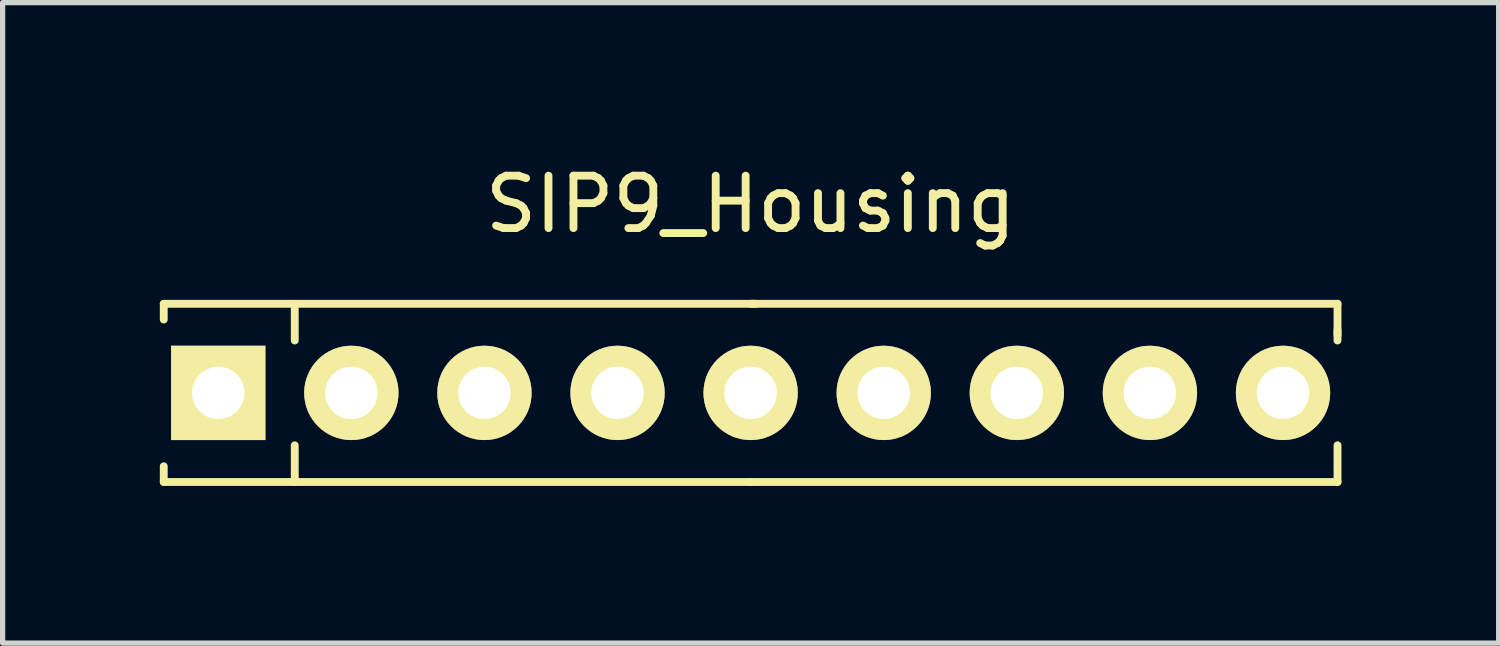
<source format=kicad_pcb>
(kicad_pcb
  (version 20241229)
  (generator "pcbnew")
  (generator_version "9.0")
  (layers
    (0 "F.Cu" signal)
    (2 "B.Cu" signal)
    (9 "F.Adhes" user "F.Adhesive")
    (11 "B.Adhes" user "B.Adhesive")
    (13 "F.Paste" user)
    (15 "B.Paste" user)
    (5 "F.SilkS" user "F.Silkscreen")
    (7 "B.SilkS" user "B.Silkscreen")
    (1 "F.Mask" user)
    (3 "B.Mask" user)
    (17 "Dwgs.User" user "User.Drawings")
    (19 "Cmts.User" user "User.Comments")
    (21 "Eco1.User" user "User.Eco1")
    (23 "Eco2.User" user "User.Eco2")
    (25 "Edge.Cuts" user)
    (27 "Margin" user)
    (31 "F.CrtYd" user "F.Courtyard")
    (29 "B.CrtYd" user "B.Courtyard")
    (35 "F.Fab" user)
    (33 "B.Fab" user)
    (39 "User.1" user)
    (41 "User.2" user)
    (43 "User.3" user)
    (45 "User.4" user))
  (footprint "SIP9_Housing"
    (layer "F.Cu")
    (at 11.275 4.448)
    (property "Reference" "SIP9_Housing" (at 0 -3.6 0) (layer "F.SilkS") (effects (font (size 1 1) (thickness 0.15))))
    (attr through_hole)
    (fp_line (start -11.2 -1.7) (end -11.2 -1.4) (stroke (width 0.15) (type solid)) (layer "F.SilkS"))
    (fp_line (start -11.2 1.7) (end -11.2 1.4) (stroke (width 0.15) (type solid)) (layer "F.SilkS"))
    (fp_line (start -8.7 -1.7) (end -8.7 -1) (stroke (width 0.15) (type solid)) (layer "F.SilkS"))
    (fp_line (start -8.7 1.7) (end -8.7 1) (stroke (width 0.15) (type solid)) (layer "F.SilkS"))
    (fp_line (start 0 -1.7) (end 11.2 -1.7) (stroke (width 0.15) (type solid)) (layer "F.SilkS"))
    (fp_line (start 0 1.7) (end -11.2 1.7) (stroke (width 0.15) (type solid)) (layer "F.SilkS"))
    (fp_line (start 0 1.7) (end 11.2 1.7) (stroke (width 0.15) (type solid)) (layer "F.SilkS"))
    (fp_line (start 0.1 -1.7) (end -11.2 -1.7) (stroke (width 0.15) (type solid)) (layer "F.SilkS"))
    (fp_line (start 11.2 -1.7) (end 11.2 -1.1) (stroke (width 0.15) (type solid)) (layer "F.SilkS"))
    (fp_line (start 11.2 -1.2) (end 11.2 -1) (stroke (width 0.15) (type solid)) (layer "F.SilkS"))
    (fp_line (start 11.2 1.7) (end 11.2 1) (stroke (width 0.15) (type solid)) (layer "F.SilkS"))
    (pad "1" thru_hole rect (at -10.16 0 90) (size 1.8 1.8) (drill 1) (layers "*.Cu" "*.Mask" "F.SilkS"))
    (pad "2" thru_hole circle (at -7.62 0 90) (size 1.8 1.8) (drill 1) (layers "*.Cu" "*.Mask" "F.SilkS"))
    (pad "3" thru_hole circle (at -5.08 0 90) (size 1.8 1.8) (drill 1) (layers "*.Cu" "*.Mask" "F.SilkS"))
    (pad "4" thru_hole circle (at -2.54 0 90) (size 1.8 1.8) (drill 1) (layers "*.Cu" "*.Mask" "F.SilkS"))
    (pad "5" thru_hole circle (at 0 0 90) (size 1.8 1.8) (drill 1) (layers "*.Cu" "*.Mask" "F.SilkS"))
    (pad "6" thru_hole circle (at 2.54 0 90) (size 1.8 1.8) (drill 1) (layers "*.Cu" "*.Mask" "F.SilkS"))
    (pad "7" thru_hole circle (at 5.08 0 90) (size 1.8 1.8) (drill 1) (layers "*.Cu" "*.Mask" "F.SilkS"))
    (pad "8" thru_hole circle (at 7.62 0 90) (size 1.8 1.8) (drill 1) (layers "*.Cu" "*.Mask" "F.SilkS"))
    (pad "9" thru_hole circle (at 10.16 0 90) (size 1.8 1.8) (drill 1) (layers "*.Cu" "*.Mask" "F.SilkS")))
  (gr_rect
    (start -3 -3)
    (end 25.55 9.223)
    (stroke (width 0.1) (type default))
    (fill no)
    (layer "Edge.Cuts")))
</source>
